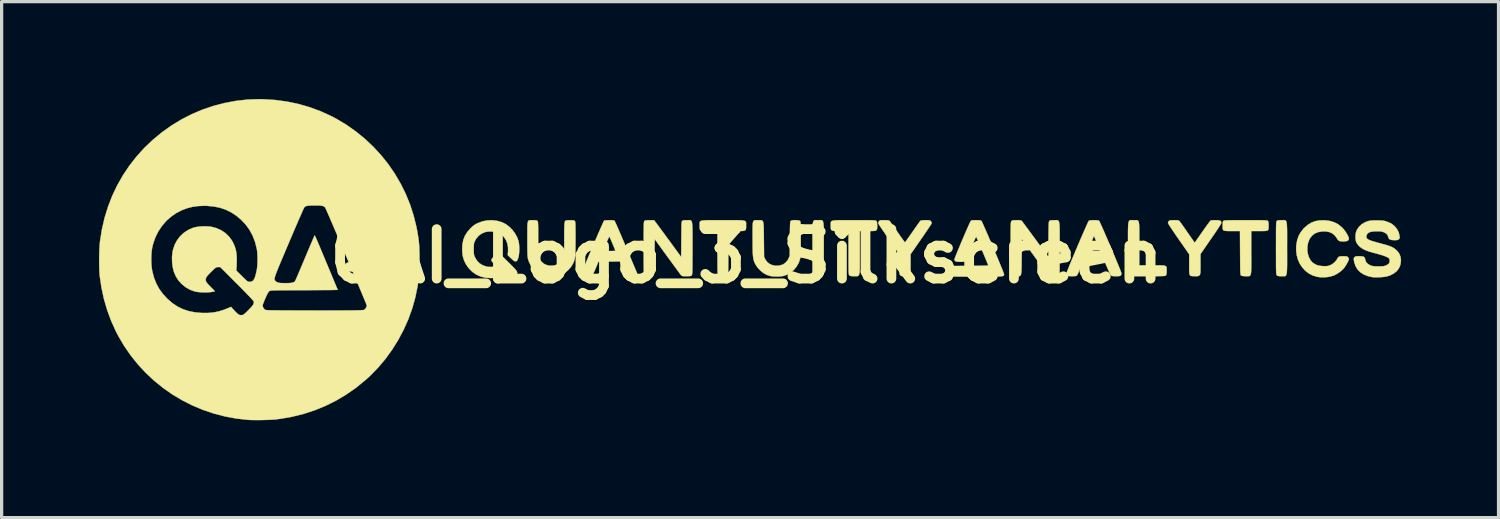
<source format=kicad_pcb>
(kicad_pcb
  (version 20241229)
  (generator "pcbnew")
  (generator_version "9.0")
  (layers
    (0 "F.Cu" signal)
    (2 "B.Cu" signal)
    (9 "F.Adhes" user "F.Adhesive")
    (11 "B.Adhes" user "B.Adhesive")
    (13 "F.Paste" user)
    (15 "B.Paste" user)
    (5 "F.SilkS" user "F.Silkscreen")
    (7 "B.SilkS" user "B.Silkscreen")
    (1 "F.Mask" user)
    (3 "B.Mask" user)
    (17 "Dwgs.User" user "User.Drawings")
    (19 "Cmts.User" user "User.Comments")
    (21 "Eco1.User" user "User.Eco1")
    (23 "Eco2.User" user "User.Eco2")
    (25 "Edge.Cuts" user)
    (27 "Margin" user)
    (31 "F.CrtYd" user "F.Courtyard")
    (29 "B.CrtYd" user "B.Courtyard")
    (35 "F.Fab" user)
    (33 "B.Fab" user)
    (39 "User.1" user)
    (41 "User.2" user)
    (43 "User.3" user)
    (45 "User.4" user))
  (footprint "QAI_Logo_3_Silkscreen"
    (layer "F.Cu")
    (at 19.944 4.842)
    (property "Reference" "QAI_Logo_3_Silkscreen" (at 0 0 0) (layer "F.SilkS") (effects (font (size 1.524 1.524) (thickness 0.3))))
    (attr through_hole)
    (fp_poly (pts (xy 2.161 -1.111) (xy 2.194 -1.11) (xy 2.206 -1.11) (xy 2.241 -1.11) (xy 2.271 -1.112) (xy 2.296 -1.112) (xy 2.317 -1.108) (xy 2.335 -1.099) (xy 2.349 -1.083) (xy 2.359 -1.058) (xy 2.367 -1.023) (xy 2.373 -0.974) (xy 2.377 -0.91) (xy 2.379 -0.83) (xy 2.38 -0.731) (xy 2.38 -0.612) (xy 2.38 -0.471) (xy 2.38 -0.305) (xy 2.38 -0.248) (xy 2.38 0.56) (xy 2.35 0.588) (xy 2.332 0.601) (xy 2.307 0.61) (xy 2.27 0.614) (xy 2.214 0.615) (xy 2.206 0.615) (xy 2.147 0.614) (xy 2.108 0.61) (xy 2.082 0.603) (xy 2.063 0.59) (xy 2.061 0.588) (xy 2.032 0.56) (xy 2.032 -0.248) (xy 2.032 -0.422) (xy 2.032 -0.57) (xy 2.032 -0.696) (xy 2.032 -0.801) (xy 2.034 -0.887) (xy 2.037 -0.956) (xy 2.042 -1.009) (xy 2.05 -1.048) (xy 2.059 -1.077) (xy 2.072 -1.095) (xy 2.088 -1.106) (xy 2.108 -1.111) (xy 2.132 -1.112) (xy 2.161 -1.111)) (stroke (width 0.01) (type solid)) (fill yes) (layer "F.SilkS"))
    (fp_poly (pts (xy 16.568 -1.111) (xy 16.589 -1.108) (xy 16.606 -1.099) (xy 16.62 -1.083) (xy 16.63 -1.057) (xy 16.638 -1.021) (xy 16.644 -0.972) (xy 16.647 -0.908) (xy 16.65 -0.828) (xy 16.651 -0.729) (xy 16.651 -0.609) (xy 16.651 -0.467) (xy 16.65 -0.301) (xy 16.65 -0.247) (xy 16.651 -0.074) (xy 16.651 0.075) (xy 16.651 0.201) (xy 16.65 0.306) (xy 16.648 0.392) (xy 16.645 0.46) (xy 16.64 0.514) (xy 16.633 0.553) (xy 16.623 0.582) (xy 16.611 0.6) (xy 16.595 0.611) (xy 16.575 0.616) (xy 16.552 0.617) (xy 16.524 0.616) (xy 16.491 0.615) (xy 16.481 0.615) (xy 16.422 0.614) (xy 16.383 0.611) (xy 16.357 0.603) (xy 16.339 0.591) (xy 16.336 0.588) (xy 16.331 0.582) (xy 16.326 0.574) (xy 16.322 0.562) (xy 16.319 0.545) (xy 16.316 0.519) (xy 16.314 0.484) (xy 16.312 0.436) (xy 16.311 0.375) (xy 16.31 0.297) (xy 16.31 0.201) (xy 16.31 0.085) (xy 16.31 -0.053) (xy 16.309 -0.215) (xy 16.309 -0.252) (xy 16.31 -0.42) (xy 16.31 -0.563) (xy 16.31 -0.684) (xy 16.31 -0.784) (xy 16.311 -0.865) (xy 16.312 -0.93) (xy 16.314 -0.98) (xy 16.316 -1.018) (xy 16.319 -1.045) (xy 16.322 -1.063) (xy 16.325 -1.075) (xy 16.33 -1.083) (xy 16.334 -1.087) (xy 16.353 -1.099) (xy 16.384 -1.106) (xy 16.432 -1.109) (xy 16.479 -1.11) (xy 16.513 -1.11) (xy 16.543 -1.112) (xy 16.568 -1.111)) (stroke (width 0.01) (type solid)) (fill yes) (layer "F.SilkS"))
    (fp_poly (pts (xy 11.882 -1.111) (xy 11.916 -1.11) (xy 11.925 -1.11) (xy 11.963 -1.11) (xy 11.995 -1.111) (xy 12.021 -1.11) (xy 12.043 -1.105) (xy 12.06 -1.094) (xy 12.074 -1.074) (xy 12.083 -1.044) (xy 12.09 -1.002) (xy 12.095 -0.945) (xy 12.097 -0.872) (xy 12.099 -0.781) (xy 12.099 -0.668) (xy 12.099 -0.533) (xy 12.098 -0.388) (xy 12.098 0.281) (xy 12.497 0.281) (xy 12.618 0.281) (xy 12.715 0.281) (xy 12.79 0.282) (xy 12.846 0.286) (xy 12.887 0.294) (xy 12.914 0.305) (xy 12.93 0.323) (xy 12.938 0.346) (xy 12.941 0.377) (xy 12.941 0.417) (xy 12.941 0.45) (xy 12.94 0.511) (xy 12.936 0.55) (xy 12.929 0.575) (xy 12.918 0.591) (xy 12.916 0.593) (xy 12.908 0.598) (xy 12.895 0.603) (xy 12.874 0.607) (xy 12.844 0.609) (xy 12.802 0.612) (xy 12.744 0.613) (xy 12.67 0.614) (xy 12.575 0.615) (xy 12.459 0.615) (xy 12.349 0.615) (xy 11.806 0.615) (xy 11.779 0.58) (xy 11.773 0.572) (xy 11.768 0.563) (xy 11.764 0.55) (xy 11.76 0.532) (xy 11.758 0.507) (xy 11.756 0.472) (xy 11.754 0.425) (xy 11.753 0.364) (xy 11.752 0.288) (xy 11.751 0.194) (xy 11.751 0.079) (xy 11.751 -0.057) (xy 11.751 -0.218) (xy 11.751 -0.256) (xy 11.751 -0.429) (xy 11.75 -0.577) (xy 11.75 -0.702) (xy 11.751 -0.806) (xy 11.753 -0.891) (xy 11.756 -0.959) (xy 11.761 -1.011) (xy 11.769 -1.05) (xy 11.779 -1.078) (xy 11.792 -1.096) (xy 11.808 -1.106) (xy 11.828 -1.111) (xy 11.853 -1.112) (xy 11.882 -1.111)) (stroke (width 0.01) (type solid)) (fill yes) (layer "F.SilkS"))
    (fp_poly (pts (xy -0.33 -1.11) (xy -0.24 -1.108) (xy -0.169 -1.106) (xy -0.115 -1.101) (xy -0.074 -1.094) (xy -0.046 -1.084) (xy -0.028 -1.071) (xy -0.017 -1.054) (xy -0.013 -1.032) (xy -0.012 -1.006) (xy -0.013 -0.974) (xy -0.013 -0.945) (xy -0.013 -0.89) (xy -0.016 -0.848) (xy -0.024 -0.818) (xy -0.042 -0.798) (xy -0.071 -0.785) (xy -0.117 -0.778) (xy -0.181 -0.776) (xy -0.267 -0.775) (xy -0.308 -0.775) (xy -0.561 -0.775) (xy -0.561 -0.102) (xy -0.562 0.049) (xy -0.562 0.177) (xy -0.562 0.282) (xy -0.563 0.367) (xy -0.564 0.434) (xy -0.565 0.486) (xy -0.567 0.524) (xy -0.57 0.551) (xy -0.574 0.57) (xy -0.578 0.582) (xy -0.583 0.59) (xy -0.586 0.593) (xy -0.614 0.606) (xy -0.66 0.614) (xy -0.716 0.617) (xy -0.773 0.616) (xy -0.825 0.609) (xy -0.862 0.598) (xy -0.874 0.59) (xy -0.879 0.583) (xy -0.883 0.571) (xy -0.886 0.552) (xy -0.889 0.524) (xy -0.891 0.486) (xy -0.893 0.433) (xy -0.894 0.365) (xy -0.895 0.28) (xy -0.895 0.174) (xy -0.896 0.045) (xy -0.896 -0.105) (xy -0.896 -0.775) (xy -1.149 -0.775) (xy -1.245 -0.775) (xy -1.317 -0.777) (xy -1.37 -0.782) (xy -1.405 -0.792) (xy -1.427 -0.809) (xy -1.439 -0.835) (xy -1.443 -0.872) (xy -1.444 -0.922) (xy -1.444 -0.945) (xy -1.444 -0.981) (xy -1.445 -1.012) (xy -1.444 -1.037) (xy -1.438 -1.057) (xy -1.426 -1.074) (xy -1.406 -1.086) (xy -1.375 -1.096) (xy -1.332 -1.102) (xy -1.274 -1.106) (xy -1.2 -1.109) (xy -1.107 -1.11) (xy -0.992 -1.11) (xy -0.855 -1.11) (xy -0.729 -1.11) (xy -0.572 -1.11) (xy -0.439 -1.11) (xy -0.33 -1.11)) (stroke (width 0.01) (type solid)) (fill yes) (layer "F.SilkS"))
    (fp_poly (pts (xy 3.177 -1.11) (xy 3.313 -1.11) (xy 3.464 -1.11) (xy 3.591 -1.109) (xy 3.695 -1.109) (xy 3.779 -1.108) (xy 3.846 -1.107) (xy 3.897 -1.106) (xy 3.935 -1.103) (xy 3.962 -1.101) (xy 3.98 -1.097) (xy 3.991 -1.093) (xy 3.999 -1.088) (xy 4.002 -1.085) (xy 4.013 -1.066) (xy 4.02 -1.035) (xy 4.023 -0.987) (xy 4.024 -0.94) (xy 4.024 -0.886) (xy 4.021 -0.846) (xy 4.013 -0.816) (xy 3.996 -0.797) (xy 3.966 -0.784) (xy 3.921 -0.778) (xy 3.856 -0.776) (xy 3.77 -0.775) (xy 3.732 -0.775) (xy 3.489 -0.775) (xy 3.489 -0.115) (xy 3.489 0.043) (xy 3.489 0.177) (xy 3.489 0.289) (xy 3.488 0.379) (xy 3.485 0.452) (xy 3.48 0.508) (xy 3.472 0.55) (xy 3.462 0.579) (xy 3.448 0.598) (xy 3.43 0.61) (xy 3.408 0.615) (xy 3.38 0.616) (xy 3.347 0.615) (xy 3.314 0.615) (xy 3.255 0.614) (xy 3.215 0.611) (xy 3.19 0.604) (xy 3.172 0.592) (xy 3.168 0.588) (xy 3.162 0.581) (xy 3.157 0.573) (xy 3.153 0.56) (xy 3.15 0.54) (xy 3.147 0.512) (xy 3.145 0.473) (xy 3.144 0.42) (xy 3.143 0.352) (xy 3.142 0.266) (xy 3.142 0.16) (xy 3.142 0.031) (xy 3.142 -0.107) (xy 3.142 -0.775) (xy 2.894 -0.775) (xy 2.797 -0.776) (xy 2.724 -0.777) (xy 2.67 -0.782) (xy 2.634 -0.792) (xy 2.611 -0.809) (xy 2.599 -0.835) (xy 2.594 -0.872) (xy 2.593 -0.92) (xy 2.593 -0.942) (xy 2.593 -0.979) (xy 2.592 -1.01) (xy 2.593 -1.035) (xy 2.599 -1.056) (xy 2.61 -1.073) (xy 2.63 -1.086) (xy 2.661 -1.095) (xy 2.703 -1.102) (xy 2.761 -1.106) (xy 2.834 -1.109) (xy 2.927 -1.11) (xy 3.04 -1.11) (xy 3.177 -1.11)) (stroke (width 0.01) (type solid)) (fill yes) (layer "F.SilkS"))
    (fp_poly (pts (xy 15.526 -1.11) (xy 15.652 -1.109) (xy 15.756 -1.109) (xy 15.84 -1.108) (xy 15.906 -1.107) (xy 15.957 -1.106) (xy 15.994 -1.103) (xy 16.021 -1.101) (xy 16.039 -1.097) (xy 16.05 -1.093) (xy 16.057 -1.088) (xy 16.06 -1.085) (xy 16.071 -1.066) (xy 16.078 -1.035) (xy 16.082 -0.987) (xy 16.082 -0.94) (xy 16.082 -0.886) (xy 16.08 -0.846) (xy 16.071 -0.816) (xy 16.054 -0.797) (xy 16.024 -0.784) (xy 15.979 -0.778) (xy 15.915 -0.776) (xy 15.828 -0.775) (xy 15.79 -0.775) (xy 15.547 -0.775) (xy 15.547 -0.107) (xy 15.548 0.051) (xy 15.548 0.184) (xy 15.548 0.295) (xy 15.546 0.385) (xy 15.544 0.456) (xy 15.539 0.512) (xy 15.532 0.553) (xy 15.522 0.581) (xy 15.508 0.6) (xy 15.491 0.611) (xy 15.469 0.615) (xy 15.443 0.616) (xy 15.411 0.615) (xy 15.377 0.615) (xy 15.308 0.612) (xy 15.262 0.606) (xy 15.235 0.595) (xy 15.233 0.594) (xy 15.227 0.589) (xy 15.222 0.581) (xy 15.218 0.569) (xy 15.215 0.551) (xy 15.212 0.523) (xy 15.21 0.485) (xy 15.208 0.433) (xy 15.207 0.365) (xy 15.205 0.28) (xy 15.205 0.174) (xy 15.204 0.046) (xy 15.203 -0.101) (xy 15.199 -0.775) (xy 14.954 -0.775) (xy 14.859 -0.775) (xy 14.788 -0.777) (xy 14.736 -0.782) (xy 14.702 -0.792) (xy 14.681 -0.809) (xy 14.67 -0.835) (xy 14.666 -0.873) (xy 14.665 -0.923) (xy 14.665 -0.945) (xy 14.666 -1.005) (xy 14.67 -1.045) (xy 14.676 -1.07) (xy 14.688 -1.086) (xy 14.69 -1.087) (xy 14.697 -1.093) (xy 14.709 -1.097) (xy 14.728 -1.1) (xy 14.756 -1.103) (xy 14.795 -1.105) (xy 14.848 -1.107) (xy 14.916 -1.108) (xy 15.002 -1.109) (xy 15.109 -1.109) (xy 15.238 -1.11) (xy 15.376 -1.11) (xy 15.526 -1.11)) (stroke (width 0.01) (type solid)) (fill yes) (layer "F.SilkS"))
    (fp_poly (pts (xy 14.523 -1.108) (xy 14.573 -1.1) (xy 14.604 -1.086) (xy 14.62 -1.062) (xy 14.625 -1.028) (xy 14.625 -1.027) (xy 14.617 -1.005) (xy 14.593 -0.963) (xy 14.553 -0.899) (xy 14.497 -0.813) (xy 14.426 -0.707) (xy 14.338 -0.579) (xy 14.304 -0.53) (xy 13.983 -0.067) (xy 13.983 0.239) (xy 13.983 0.337) (xy 13.983 0.413) (xy 13.981 0.469) (xy 13.979 0.509) (xy 13.975 0.536) (xy 13.97 0.556) (xy 13.963 0.57) (xy 13.956 0.58) (xy 13.941 0.597) (xy 13.924 0.607) (xy 13.899 0.612) (xy 13.859 0.615) (xy 13.809 0.615) (xy 13.749 0.614) (xy 13.71 0.611) (xy 13.684 0.604) (xy 13.666 0.592) (xy 13.663 0.588) (xy 13.654 0.578) (xy 13.647 0.565) (xy 13.643 0.546) (xy 13.639 0.517) (xy 13.637 0.474) (xy 13.636 0.415) (xy 13.636 0.335) (xy 13.636 0.251) (xy 13.635 -0.06) (xy 13.309 -0.528) (xy 13.236 -0.632) (xy 13.17 -0.729) (xy 13.112 -0.816) (xy 13.062 -0.891) (xy 13.023 -0.951) (xy 12.996 -0.996) (xy 12.983 -1.021) (xy 12.981 -1.026) (xy 12.99 -1.058) (xy 13.007 -1.083) (xy 13.023 -1.095) (xy 13.044 -1.103) (xy 13.076 -1.107) (xy 13.124 -1.109) (xy 13.172 -1.11) (xy 13.235 -1.109) (xy 13.278 -1.107) (xy 13.305 -1.102) (xy 13.323 -1.093) (xy 13.337 -1.08) (xy 13.338 -1.079) (xy 13.352 -1.061) (xy 13.38 -1.023) (xy 13.418 -0.97) (xy 13.464 -0.904) (xy 13.517 -0.829) (xy 13.574 -0.747) (xy 13.582 -0.735) (xy 13.638 -0.654) (xy 13.689 -0.581) (xy 13.733 -0.518) (xy 13.768 -0.468) (xy 13.791 -0.434) (xy 13.802 -0.418) (xy 13.803 -0.418) (xy 13.811 -0.427) (xy 13.832 -0.456) (xy 13.865 -0.502) (xy 13.907 -0.562) (xy 13.958 -0.634) (xy 14.014 -0.714) (xy 14.041 -0.754) (xy 14.101 -0.838) (xy 14.156 -0.916) (xy 14.205 -0.983) (xy 14.246 -1.038) (xy 14.276 -1.077) (xy 14.295 -1.099) (xy 14.299 -1.101) (xy 14.321 -1.105) (xy 14.362 -1.108) (xy 14.417 -1.109) (xy 14.45 -1.11) (xy 14.523 -1.108)) (stroke (width 0.01) (type solid)) (fill yes) (layer "F.SilkS"))
    (fp_poly (pts (xy 5.578 -1.109) (xy 5.619 -1.107) (xy 5.645 -1.103) (xy 5.662 -1.094) (xy 5.676 -1.08) (xy 5.681 -1.074) (xy 5.7 -1.045) (xy 5.708 -1.023) (xy 5.708 -1.022) (xy 5.701 -1.008) (xy 5.68 -0.974) (xy 5.646 -0.923) (xy 5.603 -0.857) (xy 5.55 -0.779) (xy 5.489 -0.69) (xy 5.423 -0.593) (xy 5.381 -0.533) (xy 5.053 -0.06) (xy 5.053 0.251) (xy 5.053 0.359) (xy 5.052 0.443) (xy 5.049 0.507) (xy 5.043 0.552) (xy 5.031 0.583) (xy 5.012 0.601) (xy 4.986 0.611) (xy 4.951 0.615) (xy 4.905 0.615) (xy 4.88 0.615) (xy 4.823 0.614) (xy 4.786 0.612) (xy 4.762 0.606) (xy 4.746 0.595) (xy 4.733 0.58) (xy 4.724 0.567) (xy 4.718 0.552) (xy 4.713 0.531) (xy 4.709 0.501) (xy 4.707 0.458) (xy 4.706 0.398) (xy 4.706 0.318) (xy 4.706 0.239) (xy 4.706 -0.066) (xy 4.387 -0.524) (xy 4.318 -0.623) (xy 4.254 -0.716) (xy 4.196 -0.801) (xy 4.146 -0.874) (xy 4.106 -0.935) (xy 4.077 -0.979) (xy 4.061 -1.005) (xy 4.059 -1.011) (xy 4.061 -1.046) (xy 4.078 -1.074) (xy 4.092 -1.09) (xy 4.107 -1.1) (xy 4.129 -1.106) (xy 4.164 -1.109) (xy 4.218 -1.11) (xy 4.245 -1.11) (xy 4.311 -1.109) (xy 4.355 -1.106) (xy 4.384 -1.101) (xy 4.402 -1.092) (xy 4.408 -1.086) (xy 4.422 -1.069) (xy 4.448 -1.033) (xy 4.485 -0.981) (xy 4.531 -0.916) (xy 4.584 -0.842) (xy 4.641 -0.76) (xy 4.651 -0.745) (xy 4.707 -0.664) (xy 4.759 -0.59) (xy 4.804 -0.527) (xy 4.84 -0.478) (xy 4.866 -0.444) (xy 4.879 -0.428) (xy 4.88 -0.428) (xy 4.89 -0.438) (xy 4.913 -0.468) (xy 4.947 -0.515) (xy 4.99 -0.575) (xy 5.04 -0.647) (xy 5.096 -0.727) (xy 5.114 -0.752) (xy 5.171 -0.835) (xy 5.225 -0.911) (xy 5.272 -0.978) (xy 5.311 -1.032) (xy 5.34 -1.071) (xy 5.356 -1.091) (xy 5.358 -1.093) (xy 5.385 -1.102) (xy 5.437 -1.108) (xy 5.512 -1.11) (xy 5.516 -1.11) (xy 5.578 -1.109)) (stroke (width 0.01) (type solid)) (fill yes) (layer "F.SilkS"))
    (fp_poly (pts (xy 17.819 -1.106) (xy 17.966 -1.087) (xy 18.098 -1.048) (xy 18.217 -0.987) (xy 18.325 -0.902) (xy 18.375 -0.852) (xy 18.419 -0.8) (xy 18.462 -0.739) (xy 18.5 -0.675) (xy 18.531 -0.616) (xy 18.55 -0.566) (xy 18.555 -0.538) (xy 18.543 -0.501) (xy 18.507 -0.474) (xy 18.449 -0.458) (xy 18.387 -0.455) (xy 18.319 -0.457) (xy 18.272 -0.465) (xy 18.237 -0.482) (xy 18.209 -0.512) (xy 18.184 -0.552) (xy 18.122 -0.638) (xy 18.045 -0.702) (xy 17.953 -0.744) (xy 17.845 -0.764) (xy 17.723 -0.763) (xy 17.707 -0.761) (xy 17.593 -0.738) (xy 17.498 -0.696) (xy 17.419 -0.633) (xy 17.355 -0.549) (xy 17.334 -0.512) (xy 17.297 -0.414) (xy 17.277 -0.307) (xy 17.274 -0.196) (xy 17.287 -0.088) (xy 17.316 0.014) (xy 17.359 0.104) (xy 17.416 0.177) (xy 17.428 0.187) (xy 17.5 0.24) (xy 17.578 0.276) (xy 17.67 0.297) (xy 17.76 0.305) (xy 17.828 0.306) (xy 17.878 0.304) (xy 17.919 0.297) (xy 17.96 0.285) (xy 17.97 0.281) (xy 18.047 0.24) (xy 18.119 0.181) (xy 18.176 0.112) (xy 18.193 0.082) (xy 18.216 0.046) (xy 18.24 0.019) (xy 18.247 0.014) (xy 18.272 0.007) (xy 18.316 0.003) (xy 18.369 0.000132) (xy 18.385 0) (xy 18.442 0.001) (xy 18.478 0.004) (xy 18.502 0.012) (xy 18.52 0.025) (xy 18.526 0.031) (xy 18.547 0.06) (xy 18.555 0.086) (xy 18.548 0.115) (xy 18.529 0.16) (xy 18.5 0.214) (xy 18.467 0.272) (xy 18.431 0.326) (xy 18.398 0.372) (xy 18.388 0.384) (xy 18.329 0.441) (xy 18.254 0.499) (xy 18.174 0.551) (xy 18.098 0.59) (xy 18.087 0.594) (xy 17.957 0.632) (xy 17.817 0.65) (xy 17.675 0.648) (xy 17.573 0.633) (xy 17.438 0.592) (xy 17.317 0.529) (xy 17.21 0.446) (xy 17.118 0.346) (xy 17.042 0.232) (xy 16.985 0.104) (xy 16.947 -0.033) (xy 16.929 -0.179) (xy 16.932 -0.33) (xy 16.959 -0.485) (xy 16.96 -0.488) (xy 17.002 -0.616) (xy 17.064 -0.73) (xy 17.147 -0.838) (xy 17.184 -0.876) (xy 17.288 -0.967) (xy 17.398 -1.034) (xy 17.516 -1.079) (xy 17.647 -1.103) (xy 17.793 -1.107) (xy 17.819 -1.106)) (stroke (width 0.01) (type solid)) (fill yes) (layer "F.SilkS"))
    (fp_poly (pts (xy 1.543 -1.111) (xy 1.595 -1.105) (xy 1.634 -1.094) (xy 1.649 -1.085) (xy 1.655 -1.077) (xy 1.659 -1.063) (xy 1.663 -1.043) (xy 1.666 -1.012) (xy 1.668 -0.969) (xy 1.669 -0.911) (xy 1.67 -0.836) (xy 1.671 -0.74) (xy 1.671 -0.622) (xy 1.671 -0.534) (xy 1.671 -0.392) (xy 1.67 -0.275) (xy 1.669 -0.179) (xy 1.667 -0.102) (xy 1.664 -0.041) (xy 1.661 0.007) (xy 1.657 0.044) (xy 1.652 0.073) (xy 1.651 0.079) (xy 1.609 0.202) (xy 1.544 0.316) (xy 1.462 0.417) (xy 1.363 0.502) (xy 1.253 0.567) (xy 1.141 0.607) (xy 1.071 0.62) (xy 0.985 0.626) (xy 0.893 0.626) (xy 0.806 0.621) (xy 0.733 0.61) (xy 0.722 0.607) (xy 0.616 0.571) (xy 0.524 0.52) (xy 0.436 0.45) (xy 0.407 0.422) (xy 0.328 0.333) (xy 0.273 0.247) (xy 0.27 0.241) (xy 0.25 0.199) (xy 0.234 0.16) (xy 0.221 0.119) (xy 0.211 0.074) (xy 0.203 0.022) (xy 0.197 -0.04) (xy 0.192 -0.115) (xy 0.19 -0.205) (xy 0.188 -0.315) (xy 0.188 -0.446) (xy 0.187 -0.549) (xy 0.187 -0.687) (xy 0.187 -0.8) (xy 0.188 -0.891) (xy 0.19 -0.962) (xy 0.194 -1.016) (xy 0.202 -1.056) (xy 0.213 -1.082) (xy 0.228 -1.099) (xy 0.249 -1.107) (xy 0.275 -1.11) (xy 0.308 -1.11) (xy 0.348 -1.11) (xy 0.357 -1.11) (xy 0.397 -1.11) (xy 0.431 -1.11) (xy 0.459 -1.108) (xy 0.48 -1.1) (xy 0.497 -1.085) (xy 0.51 -1.061) (xy 0.519 -1.025) (xy 0.525 -0.974) (xy 0.529 -0.907) (xy 0.531 -0.822) (xy 0.533 -0.715) (xy 0.534 -0.585) (xy 0.535 -0.517) (xy 0.541 0.02) (xy 0.578 0.094) (xy 0.631 0.171) (xy 0.702 0.232) (xy 0.788 0.272) (xy 0.888 0.292) (xy 0.923 0.294) (xy 1.032 0.283) (xy 1.126 0.252) (xy 1.203 0.199) (xy 1.265 0.125) (xy 1.288 0.083) (xy 1.33 -0.007) (xy 1.334 -0.535) (xy 1.336 -0.669) (xy 1.337 -0.78) (xy 1.338 -0.869) (xy 1.34 -0.938) (xy 1.342 -0.991) (xy 1.345 -1.029) (xy 1.349 -1.056) (xy 1.353 -1.073) (xy 1.358 -1.084) (xy 1.36 -1.086) (xy 1.386 -1.1) (xy 1.431 -1.108) (xy 1.486 -1.112) (xy 1.543 -1.111)) (stroke (width 0.01) (type solid)) (fill yes) (layer "F.SilkS"))
    (fp_poly (pts (xy 10.777 -1.108) (xy 10.83 -1.102) (xy 10.858 -1.093) (xy 10.859 -1.093) (xy 10.868 -1.078) (xy 10.886 -1.041) (xy 10.912 -0.984) (xy 10.946 -0.911) (xy 10.985 -0.822) (xy 11.029 -0.722) (xy 11.076 -0.612) (xy 11.127 -0.496) (xy 11.178 -0.375) (xy 11.231 -0.252) (xy 11.283 -0.13) (xy 11.333 -0.011) (xy 11.38 0.102) (xy 11.424 0.207) (xy 11.462 0.301) (xy 11.495 0.381) (xy 11.521 0.446) (xy 11.538 0.492) (xy 11.546 0.517) (xy 11.546 0.518) (xy 11.546 0.561) (xy 11.53 0.589) (xy 11.515 0.601) (xy 11.495 0.609) (xy 11.462 0.613) (xy 11.412 0.615) (xy 11.377 0.615) (xy 11.314 0.614) (xy 11.273 0.611) (xy 11.247 0.605) (xy 11.23 0.595) (xy 11.224 0.589) (xy 11.211 0.569) (xy 11.19 0.528) (xy 11.164 0.473) (xy 11.135 0.407) (xy 11.117 0.366) (xy 11.033 0.167) (xy 10.368 0.167) (xy 10.285 0.366) (xy 10.255 0.435) (xy 10.227 0.497) (xy 10.203 0.547) (xy 10.185 0.58) (xy 10.179 0.59) (xy 10.164 0.602) (xy 10.142 0.609) (xy 10.108 0.613) (xy 10.055 0.615) (xy 10.026 0.615) (xy 9.964 0.614) (xy 9.922 0.611) (xy 9.896 0.605) (xy 9.879 0.595) (xy 9.875 0.59) (xy 9.857 0.558) (xy 9.853 0.533) (xy 9.858 0.515) (xy 9.872 0.474) (xy 9.896 0.414) (xy 9.926 0.338) (xy 9.963 0.247) (xy 10.005 0.145) (xy 10.052 0.034) (xy 10.101 -0.084) (xy 10.133 -0.16) (xy 10.507 -0.16) (xy 10.896 -0.16) (xy 10.874 -0.211) (xy 10.861 -0.244) (xy 10.84 -0.294) (xy 10.815 -0.354) (xy 10.795 -0.401) (xy 10.77 -0.462) (xy 10.746 -0.518) (xy 10.728 -0.562) (xy 10.719 -0.584) (xy 10.701 -0.626) (xy 10.625 -0.443) (xy 10.596 -0.374) (xy 10.57 -0.309) (xy 10.547 -0.255) (xy 10.532 -0.218) (xy 10.528 -0.211) (xy 10.507 -0.16) (xy 10.133 -0.16) (xy 10.153 -0.206) (xy 10.205 -0.33) (xy 10.257 -0.452) (xy 10.308 -0.571) (xy 10.357 -0.684) (xy 10.403 -0.788) (xy 10.444 -0.881) (xy 10.479 -0.96) (xy 10.508 -1.023) (xy 10.529 -1.068) (xy 10.542 -1.09) (xy 10.544 -1.093) (xy 10.571 -1.102) (xy 10.622 -1.107) (xy 10.696 -1.11) (xy 10.701 -1.11) (xy 10.777 -1.108)) (stroke (width 0.01) (type solid)) (fill yes) (layer "F.SilkS"))
    (fp_poly (pts (xy -4.158 -1.109) (xy -4.114 -1.106) (xy -4.085 -1.101) (xy -4.068 -1.093) (xy -4.061 -1.086) (xy -4.053 -1.07) (xy -4.035 -1.031) (xy -4.008 -0.972) (xy -3.974 -0.895) (xy -3.933 -0.802) (xy -3.887 -0.694) (xy -3.836 -0.575) (xy -3.781 -0.446) (xy -3.723 -0.309) (xy -3.703 -0.263) (xy -3.365 0.537) (xy -3.392 0.573) (xy -3.406 0.589) (xy -3.422 0.6) (xy -3.446 0.606) (xy -3.484 0.61) (xy -3.542 0.612) (xy -3.549 0.612) (xy -3.615 0.613) (xy -3.659 0.611) (xy -3.687 0.605) (xy -3.702 0.596) (xy -3.714 0.577) (xy -3.734 0.538) (xy -3.76 0.484) (xy -3.789 0.418) (xy -3.811 0.368) (xy -3.897 0.161) (xy -4.229 0.164) (xy -4.561 0.167) (xy -4.647 0.374) (xy -4.677 0.444) (xy -4.706 0.507) (xy -4.73 0.556) (xy -4.748 0.588) (xy -4.756 0.598) (xy -4.782 0.607) (xy -4.832 0.613) (xy -4.902 0.615) (xy -4.963 0.614) (xy -5.003 0.611) (xy -5.029 0.605) (xy -5.047 0.594) (xy -5.053 0.588) (xy -5.073 0.56) (xy -5.08 0.536) (xy -5.075 0.518) (xy -5.06 0.479) (xy -5.037 0.42) (xy -5.006 0.344) (xy -4.97 0.254) (xy -4.927 0.152) (xy -4.881 0.041) (xy -4.832 -0.077) (xy -4.792 -0.17) (xy -4.412 -0.17) (xy -4.399 -0.167) (xy -4.364 -0.164) (xy -4.313 -0.162) (xy -4.249 -0.161) (xy -4.223 -0.16) (xy -4.145 -0.161) (xy -4.092 -0.163) (xy -4.058 -0.166) (xy -4.043 -0.171) (xy -4.041 -0.177) (xy -4.062 -0.229) (xy -4.087 -0.29) (xy -4.115 -0.357) (xy -4.143 -0.424) (xy -4.17 -0.487) (xy -4.194 -0.541) (xy -4.212 -0.581) (xy -4.222 -0.603) (xy -4.224 -0.606) (xy -4.231 -0.597) (xy -4.246 -0.568) (xy -4.267 -0.523) (xy -4.292 -0.468) (xy -4.319 -0.406) (xy -4.346 -0.344) (xy -4.371 -0.284) (xy -4.391 -0.233) (xy -4.405 -0.194) (xy -4.412 -0.172) (xy -4.412 -0.17) (xy -4.792 -0.17) (xy -4.78 -0.199) (xy -4.728 -0.322) (xy -4.675 -0.445) (xy -4.624 -0.564) (xy -4.576 -0.677) (xy -4.53 -0.782) (xy -4.489 -0.875) (xy -4.453 -0.956) (xy -4.424 -1.02) (xy -4.403 -1.065) (xy -4.39 -1.09) (xy -4.388 -1.093) (xy -4.361 -1.102) (xy -4.309 -1.107) (xy -4.232 -1.11) (xy -4.224 -1.11) (xy -4.158 -1.109)) (stroke (width 0.01) (type solid)) (fill yes) (layer "F.SilkS"))
    (fp_poly (pts (xy -6.599 -1.11) (xy -6.582 -1.11) (xy -6.521 -1.109) (xy -6.481 -1.105) (xy -6.457 -1.098) (xy -6.44 -1.087) (xy -6.439 -1.085) (xy -6.433 -1.076) (xy -6.428 -1.063) (xy -6.425 -1.041) (xy -6.422 -1.009) (xy -6.42 -0.965) (xy -6.418 -0.904) (xy -6.417 -0.825) (xy -6.417 -0.726) (xy -6.417 -0.602) (xy -6.417 -0.579) (xy -6.417 -0.437) (xy -6.416 -0.318) (xy -6.414 -0.221) (xy -6.411 -0.141) (xy -6.406 -0.077) (xy -6.4 -0.025) (xy -6.392 0.017) (xy -6.382 0.052) (xy -6.37 0.083) (xy -6.358 0.107) (xy -6.307 0.178) (xy -6.239 0.233) (xy -6.158 0.271) (xy -6.07 0.29) (xy -5.978 0.292) (xy -5.888 0.274) (xy -5.802 0.238) (xy -5.727 0.181) (xy -5.726 0.181) (xy -5.7 0.154) (xy -5.678 0.129) (xy -5.66 0.103) (xy -5.646 0.073) (xy -5.635 0.036) (xy -5.627 -0.011) (xy -5.621 -0.069) (xy -5.618 -0.143) (xy -5.616 -0.234) (xy -5.615 -0.346) (xy -5.615 -0.481) (xy -5.615 -0.523) (xy -5.615 -0.66) (xy -5.614 -0.773) (xy -5.612 -0.865) (xy -5.61 -0.936) (xy -5.606 -0.992) (xy -5.602 -1.032) (xy -5.595 -1.061) (xy -5.587 -1.081) (xy -5.578 -1.094) (xy -5.57 -1.099) (xy -5.551 -1.104) (xy -5.511 -1.107) (xy -5.459 -1.109) (xy -5.433 -1.109) (xy -5.372 -1.109) (xy -5.332 -1.105) (xy -5.307 -1.099) (xy -5.291 -1.087) (xy -5.289 -1.085) (xy -5.284 -1.077) (xy -5.279 -1.063) (xy -5.275 -1.042) (xy -5.272 -1.012) (xy -5.27 -0.968) (xy -5.269 -0.909) (xy -5.268 -0.833) (xy -5.268 -0.736) (xy -5.267 -0.617) (xy -5.267 -0.547) (xy -5.268 -0.4) (xy -5.269 -0.277) (xy -5.27 -0.175) (xy -5.273 -0.091) (xy -5.278 -0.021) (xy -5.285 0.036) (xy -5.293 0.085) (xy -5.304 0.128) (xy -5.318 0.168) (xy -5.335 0.208) (xy -5.35 0.238) (xy -5.406 0.329) (xy -5.487 0.422) (xy -5.58 0.503) (xy -5.676 0.562) (xy -5.782 0.601) (xy -5.902 0.622) (xy -6.022 0.627) (xy -6.117 0.623) (xy -6.198 0.612) (xy -6.236 0.603) (xy -6.359 0.554) (xy -6.47 0.483) (xy -6.567 0.393) (xy -6.646 0.285) (xy -6.705 0.163) (xy -6.73 0.085) (xy -6.735 0.06) (xy -6.74 0.029) (xy -6.743 -0.01) (xy -6.746 -0.06) (xy -6.748 -0.124) (xy -6.75 -0.205) (xy -6.751 -0.304) (xy -6.751 -0.426) (xy -6.751 -0.531) (xy -6.751 -0.671) (xy -6.751 -0.787) (xy -6.751 -0.88) (xy -6.749 -0.953) (xy -6.744 -1.01) (xy -6.737 -1.051) (xy -6.727 -1.079) (xy -6.712 -1.097) (xy -6.693 -1.106) (xy -6.668 -1.11) (xy -6.637 -1.111) (xy -6.599 -1.11)) (stroke (width 0.01) (type solid)) (fill yes) (layer "F.SilkS"))
    (fp_poly (pts (xy -1.748 -1.111) (xy -1.727 -1.108) (xy -1.709 -1.099) (xy -1.695 -1.083) (xy -1.685 -1.058) (xy -1.677 -1.022) (xy -1.671 -0.973) (xy -1.667 -0.909) (xy -1.665 -0.829) (xy -1.664 -0.73) (xy -1.664 -0.611) (xy -1.664 -0.469) (xy -1.664 -0.303) (xy -1.664 -0.247) (xy -1.664 -0.08) (xy -1.665 0.062) (xy -1.665 0.182) (xy -1.665 0.281) (xy -1.666 0.362) (xy -1.667 0.426) (xy -1.669 0.476) (xy -1.671 0.513) (xy -1.673 0.54) (xy -1.677 0.559) (xy -1.681 0.572) (xy -1.685 0.581) (xy -1.69 0.587) (xy -1.704 0.6) (xy -1.723 0.608) (xy -1.752 0.613) (xy -1.797 0.615) (xy -1.852 0.615) (xy -1.914 0.615) (xy -1.956 0.613) (xy -1.982 0.608) (xy -2 0.599) (xy -2.014 0.585) (xy -2.021 0.578) (xy -2.035 0.559) (xy -2.063 0.522) (xy -2.103 0.468) (xy -2.154 0.398) (xy -2.214 0.316) (xy -2.282 0.224) (xy -2.355 0.123) (xy -2.433 0.017) (xy -2.44 0.008) (xy -2.827 -0.525) (xy -2.834 0.026) (xy -2.836 0.167) (xy -2.837 0.284) (xy -2.839 0.379) (xy -2.841 0.454) (xy -2.846 0.511) (xy -2.853 0.553) (xy -2.863 0.582) (xy -2.877 0.601) (xy -2.896 0.611) (xy -2.92 0.616) (xy -2.949 0.616) (xy -2.986 0.615) (xy -3.008 0.615) (xy -3.068 0.614) (xy -3.106 0.61) (xy -3.131 0.603) (xy -3.146 0.59) (xy -3.151 0.584) (xy -3.155 0.572) (xy -3.158 0.555) (xy -3.161 0.529) (xy -3.163 0.493) (xy -3.165 0.445) (xy -3.166 0.383) (xy -3.167 0.304) (xy -3.168 0.207) (xy -3.168 0.089) (xy -3.168 -0.051) (xy -3.168 -0.215) (xy -3.168 -0.25) (xy -3.168 -0.418) (xy -3.168 -0.561) (xy -3.168 -0.682) (xy -3.167 -0.782) (xy -3.167 -0.864) (xy -3.165 -0.929) (xy -3.164 -0.979) (xy -3.162 -1.017) (xy -3.159 -1.044) (xy -3.156 -1.063) (xy -3.152 -1.075) (xy -3.148 -1.083) (xy -3.144 -1.087) (xy -3.126 -1.098) (xy -3.098 -1.105) (xy -3.055 -1.108) (xy -2.99 -1.11) (xy -2.984 -1.11) (xy -2.848 -1.11) (xy -2.798 -1.045) (xy -2.779 -1.021) (xy -2.747 -0.978) (xy -2.703 -0.918) (xy -2.648 -0.844) (xy -2.585 -0.759) (xy -2.516 -0.664) (xy -2.442 -0.563) (xy -2.38 -0.479) (xy -2.012 0.023) (xy -2.008 -0.519) (xy -2.007 -0.655) (xy -2.006 -0.767) (xy -2.005 -0.857) (xy -2.004 -0.928) (xy -2.002 -0.982) (xy -1.999 -1.022) (xy -1.996 -1.05) (xy -1.992 -1.068) (xy -1.987 -1.08) (xy -1.983 -1.085) (xy -1.968 -1.097) (xy -1.944 -1.105) (xy -1.907 -1.108) (xy -1.849 -1.11) (xy -1.838 -1.11) (xy -1.803 -1.11) (xy -1.773 -1.112) (xy -1.748 -1.111)) (stroke (width 0.01) (type solid)) (fill yes) (layer "F.SilkS"))
    (fp_poly (pts (xy 7.137 -1.109) (xy 7.182 -1.107) (xy 7.21 -1.102) (xy 7.228 -1.093) (xy 7.238 -1.084) (xy 7.248 -1.067) (xy 7.267 -1.027) (xy 7.294 -0.967) (xy 7.328 -0.891) (xy 7.368 -0.8) (xy 7.413 -0.698) (xy 7.461 -0.586) (xy 7.512 -0.467) (xy 7.564 -0.345) (xy 7.617 -0.22) (xy 7.669 -0.097) (xy 7.719 0.023) (xy 7.767 0.137) (xy 7.81 0.243) (xy 7.849 0.337) (xy 7.881 0.417) (xy 7.906 0.482) (xy 7.923 0.527) (xy 7.931 0.551) (xy 7.931 0.553) (xy 7.931 0.568) (xy 7.931 0.581) (xy 7.926 0.592) (xy 7.917 0.601) (xy 7.901 0.609) (xy 7.876 0.614) (xy 7.84 0.619) (xy 7.791 0.623) (xy 7.728 0.625) (xy 7.648 0.627) (xy 7.549 0.628) (xy 7.43 0.628) (xy 7.289 0.628) (xy 7.124 0.628) (xy 7.064 0.628) (xy 6.894 0.628) (xy 6.749 0.628) (xy 6.627 0.628) (xy 6.525 0.627) (xy 6.443 0.626) (xy 6.377 0.625) (xy 6.326 0.623) (xy 6.289 0.621) (xy 6.262 0.618) (xy 6.244 0.615) (xy 6.234 0.611) (xy 6.229 0.608) (xy 6.215 0.578) (xy 6.215 0.539) (xy 6.23 0.486) (xy 6.261 0.415) (xy 6.264 0.408) (xy 6.317 0.301) (xy 6.881 0.297) (xy 7.001 0.296) (xy 7.113 0.295) (xy 7.212 0.293) (xy 7.298 0.292) (xy 7.367 0.29) (xy 7.416 0.287) (xy 7.442 0.285) (xy 7.446 0.284) (xy 7.441 0.269) (xy 7.427 0.233) (xy 7.406 0.179) (xy 7.378 0.111) (xy 7.345 0.033) (xy 7.309 -0.053) (xy 7.272 -0.143) (xy 7.233 -0.233) (xy 7.196 -0.32) (xy 7.161 -0.402) (xy 7.13 -0.474) (xy 7.104 -0.533) (xy 7.085 -0.575) (xy 7.074 -0.598) (xy 7.072 -0.602) (xy 7.065 -0.59) (xy 7.049 -0.556) (xy 7.026 -0.504) (xy 6.996 -0.436) (xy 6.962 -0.356) (xy 6.925 -0.266) (xy 6.913 -0.237) (xy 6.873 -0.144) (xy 6.837 -0.058) (xy 6.804 0.018) (xy 6.776 0.08) (xy 6.755 0.124) (xy 6.743 0.148) (xy 6.741 0.15) (xy 6.726 0.162) (xy 6.703 0.169) (xy 6.665 0.172) (xy 6.607 0.174) (xy 6.592 0.174) (xy 6.513 0.171) (xy 6.458 0.163) (xy 6.424 0.147) (xy 6.407 0.123) (xy 6.403 0.101) (xy 6.409 0.082) (xy 6.423 0.041) (xy 6.446 -0.018) (xy 6.476 -0.092) (xy 6.511 -0.178) (xy 6.551 -0.274) (xy 6.594 -0.377) (xy 6.638 -0.482) (xy 6.684 -0.588) (xy 6.728 -0.691) (xy 6.77 -0.788) (xy 6.809 -0.877) (xy 6.843 -0.954) (xy 6.871 -1.016) (xy 6.893 -1.06) (xy 6.905 -1.083) (xy 6.907 -1.085) (xy 6.921 -1.096) (xy 6.941 -1.103) (xy 6.974 -1.108) (xy 7.025 -1.109) (xy 7.072 -1.11) (xy 7.137 -1.109)) (stroke (width 0.01) (type solid)) (fill yes) (layer "F.SilkS"))
    (fp_poly (pts (xy -7.676 -1.089) (xy -7.529 -1.046) (xy -7.414 -0.988) (xy -7.306 -0.907) (xy -7.209 -0.809) (xy -7.126 -0.696) (xy -7.061 -0.574) (xy -7.024 -0.468) (xy -7.009 -0.393) (xy -7.001 -0.301) (xy -6.999 -0.201) (xy -7.004 -0.104) (xy -7.014 -0.017) (xy -7.024 0.027) (xy -7.046 0.095) (xy -7.07 0.139) (xy -7.099 0.159) (xy -7.134 0.156) (xy -7.18 0.13) (xy -7.237 0.081) (xy -7.255 0.064) (xy -7.355 -0.033) (xy -7.346 -0.14) (xy -7.345 -0.272) (xy -7.367 -0.392) (xy -7.409 -0.499) (xy -7.471 -0.591) (xy -7.551 -0.666) (xy -7.639 -0.717) (xy -7.719 -0.743) (xy -7.814 -0.759) (xy -7.913 -0.762) (xy -8.007 -0.753) (xy -8.049 -0.743) (xy -8.156 -0.699) (xy -8.248 -0.632) (xy -8.323 -0.545) (xy -8.372 -0.46) (xy -8.385 -0.429) (xy -8.393 -0.398) (xy -8.398 -0.361) (xy -8.401 -0.311) (xy -8.402 -0.242) (xy -8.402 -0.221) (xy -8.402 -0.148) (xy -8.4 -0.096) (xy -8.396 -0.058) (xy -8.389 -0.026) (xy -8.377 0.005) (xy -8.36 0.04) (xy -8.299 0.14) (xy -8.22 0.22) (xy -8.125 0.279) (xy -8.013 0.317) (xy -7.986 0.322) (xy -7.939 0.328) (xy -7.882 0.33) (xy -7.824 0.328) (xy -7.772 0.324) (xy -7.734 0.317) (xy -7.724 0.312) (xy -7.727 0.3) (xy -7.745 0.274) (xy -7.775 0.239) (xy -7.786 0.227) (xy -7.831 0.176) (xy -7.856 0.136) (xy -7.861 0.117) (xy -7.851 0.091) (xy -7.825 0.055) (xy -7.788 0.014) (xy -7.746 -0.027) (xy -7.704 -0.062) (xy -7.668 -0.086) (xy -7.645 -0.094) (xy -7.629 -0.087) (xy -7.602 -0.068) (xy -7.563 -0.035) (xy -7.51 0.014) (xy -7.442 0.08) (xy -7.357 0.164) (xy -7.336 0.184) (xy -7.251 0.27) (xy -7.182 0.339) (xy -7.131 0.394) (xy -7.094 0.438) (xy -7.071 0.473) (xy -7.062 0.502) (xy -7.064 0.528) (xy -7.076 0.552) (xy -7.098 0.579) (xy -7.129 0.61) (xy -7.143 0.624) (xy -7.194 0.672) (xy -7.235 0.7) (xy -7.27 0.708) (xy -7.305 0.695) (xy -7.347 0.664) (xy -7.372 0.641) (xy -7.444 0.573) (xy -7.522 0.606) (xy -7.624 0.641) (xy -7.732 0.663) (xy -7.853 0.672) (xy -7.894 0.672) (xy -8.049 0.66) (xy -8.193 0.624) (xy -8.326 0.564) (xy -8.445 0.482) (xy -8.549 0.378) (xy -8.562 0.363) (xy -8.644 0.246) (xy -8.702 0.125) (xy -8.74 -0.004) (xy -8.757 -0.146) (xy -8.759 -0.22) (xy -8.75 -0.371) (xy -8.722 -0.506) (xy -8.674 -0.628) (xy -8.604 -0.741) (xy -8.51 -0.851) (xy -8.509 -0.852) (xy -8.451 -0.908) (xy -8.401 -0.949) (xy -8.351 -0.982) (xy -8.291 -1.014) (xy -8.288 -1.015) (xy -8.14 -1.072) (xy -7.987 -1.103) (xy -7.831 -1.109) (xy -7.676 -1.089)) (stroke (width 0.01) (type solid)) (fill yes) (layer "F.SilkS"))
    (fp_poly (pts (xy 9.562 -1.111) (xy 9.583 -1.108) (xy 9.6 -1.099) (xy 9.614 -1.083) (xy 9.625 -1.058) (xy 9.633 -1.022) (xy 9.639 -0.973) (xy 9.642 -0.909) (xy 9.645 -0.829) (xy 9.646 -0.73) (xy 9.646 -0.611) (xy 9.646 -0.469) (xy 9.645 -0.303) (xy 9.645 -0.247) (xy 9.645 -0.08) (xy 9.645 0.062) (xy 9.645 0.182) (xy 9.644 0.281) (xy 9.644 0.362) (xy 9.642 0.426) (xy 9.641 0.476) (xy 9.639 0.513) (xy 9.636 0.54) (xy 9.633 0.559) (xy 9.629 0.572) (xy 9.625 0.581) (xy 9.62 0.587) (xy 9.606 0.6) (xy 9.587 0.608) (xy 9.558 0.613) (xy 9.513 0.615) (xy 9.457 0.615) (xy 9.395 0.615) (xy 9.354 0.613) (xy 9.327 0.608) (xy 9.31 0.599) (xy 9.295 0.585) (xy 9.289 0.578) (xy 9.275 0.56) (xy 9.247 0.522) (xy 9.207 0.468) (xy 9.155 0.398) (xy 9.095 0.316) (xy 9.028 0.224) (xy 8.954 0.124) (xy 8.877 0.018) (xy 8.87 0.008) (xy 8.482 -0.525) (xy 8.476 0.026) (xy 8.474 0.167) (xy 8.473 0.284) (xy 8.471 0.379) (xy 8.468 0.454) (xy 8.464 0.511) (xy 8.457 0.553) (xy 8.446 0.582) (xy 8.432 0.601) (xy 8.414 0.611) (xy 8.39 0.616) (xy 8.36 0.616) (xy 8.324 0.615) (xy 8.301 0.615) (xy 8.243 0.614) (xy 8.206 0.611) (xy 8.182 0.604) (xy 8.165 0.592) (xy 8.16 0.587) (xy 8.155 0.58) (xy 8.15 0.571) (xy 8.147 0.558) (xy 8.143 0.538) (xy 8.141 0.51) (xy 8.139 0.471) (xy 8.137 0.42) (xy 8.136 0.354) (xy 8.136 0.271) (xy 8.135 0.17) (xy 8.135 0.048) (xy 8.135 -0.097) (xy 8.135 -0.247) (xy 8.135 -0.414) (xy 8.135 -0.557) (xy 8.135 -0.676) (xy 8.136 -0.776) (xy 8.136 -0.856) (xy 8.138 -0.921) (xy 8.139 -0.97) (xy 8.141 -1.008) (xy 8.144 -1.035) (xy 8.147 -1.054) (xy 8.151 -1.067) (xy 8.155 -1.076) (xy 8.16 -1.081) (xy 8.174 -1.094) (xy 8.193 -1.103) (xy 8.222 -1.107) (xy 8.267 -1.109) (xy 8.323 -1.11) (xy 8.385 -1.109) (xy 8.426 -1.107) (xy 8.452 -1.103) (xy 8.47 -1.094) (xy 8.484 -1.08) (xy 8.491 -1.072) (xy 8.505 -1.054) (xy 8.533 -1.016) (xy 8.574 -0.962) (xy 8.625 -0.892) (xy 8.686 -0.811) (xy 8.753 -0.718) (xy 8.827 -0.618) (xy 8.905 -0.513) (xy 8.91 -0.505) (xy 9.298 0.023) (xy 9.301 -0.519) (xy 9.302 -0.655) (xy 9.303 -0.767) (xy 9.305 -0.857) (xy 9.306 -0.928) (xy 9.308 -0.982) (xy 9.311 -1.022) (xy 9.314 -1.05) (xy 9.318 -1.068) (xy 9.323 -1.08) (xy 9.327 -1.085) (xy 9.342 -1.097) (xy 9.365 -1.105) (xy 9.403 -1.108) (xy 9.46 -1.11) (xy 9.472 -1.11) (xy 9.507 -1.11) (xy 9.537 -1.112) (xy 9.562 -1.111)) (stroke (width 0.01) (type solid)) (fill yes) (layer "F.SilkS"))
    (fp_poly (pts (xy 19.498 -1.102) (xy 19.558 -1.1) (xy 19.604 -1.096) (xy 19.643 -1.09) (xy 19.681 -1.079) (xy 19.723 -1.065) (xy 19.781 -1.043) (xy 19.838 -1.017) (xy 19.881 -0.993) (xy 19.885 -0.99) (xy 19.973 -0.915) (xy 20.043 -0.825) (xy 20.091 -0.726) (xy 20.114 -0.627) (xy 20.118 -0.582) (xy 20.115 -0.555) (xy 20.103 -0.535) (xy 20.092 -0.523) (xy 20.072 -0.509) (xy 20.048 -0.5) (xy 20.011 -0.496) (xy 19.955 -0.495) (xy 19.952 -0.495) (xy 19.877 -0.499) (xy 19.825 -0.512) (xy 19.791 -0.536) (xy 19.771 -0.573) (xy 19.766 -0.593) (xy 19.746 -0.65) (xy 19.706 -0.695) (xy 19.644 -0.733) (xy 19.635 -0.736) (xy 19.599 -0.751) (xy 19.562 -0.76) (xy 19.518 -0.766) (xy 19.46 -0.768) (xy 19.418 -0.768) (xy 19.311 -0.764) (xy 19.228 -0.751) (xy 19.167 -0.728) (xy 19.125 -0.695) (xy 19.101 -0.649) (xy 19.094 -0.623) (xy 19.092 -0.592) (xy 19.098 -0.565) (xy 19.115 -0.541) (xy 19.145 -0.519) (xy 19.19 -0.497) (xy 19.252 -0.473) (xy 19.335 -0.448) (xy 19.44 -0.418) (xy 19.506 -0.401) (xy 19.618 -0.37) (xy 19.708 -0.345) (xy 19.78 -0.322) (xy 19.837 -0.302) (xy 19.883 -0.281) (xy 19.923 -0.26) (xy 19.952 -0.241) (xy 20.041 -0.166) (xy 20.105 -0.08) (xy 20.144 0.015) (xy 20.158 0.118) (xy 20.147 0.23) (xy 20.133 0.285) (xy 20.09 0.38) (xy 20.024 0.463) (xy 19.936 0.532) (xy 19.829 0.588) (xy 19.725 0.622) (xy 19.668 0.633) (xy 19.592 0.641) (xy 19.507 0.647) (xy 19.421 0.65) (xy 19.342 0.649) (xy 19.28 0.644) (xy 19.271 0.643) (xy 19.127 0.609) (xy 19.004 0.558) (xy 18.902 0.491) (xy 18.82 0.407) (xy 18.76 0.306) (xy 18.72 0.19) (xy 18.708 0.123) (xy 18.705 0.08) (xy 18.709 0.053) (xy 18.724 0.032) (xy 18.728 0.028) (xy 18.745 0.014) (xy 18.767 0.006) (xy 18.801 0.001) (xy 18.853 0.000059) (xy 18.873 0) (xy 18.944 0.002) (xy 18.994 0.01) (xy 19.025 0.026) (xy 19.044 0.053) (xy 19.055 0.093) (xy 19.056 0.1) (xy 19.079 0.17) (xy 19.126 0.227) (xy 19.197 0.272) (xy 19.221 0.283) (xy 19.259 0.296) (xy 19.296 0.305) (xy 19.339 0.31) (xy 19.396 0.312) (xy 19.464 0.313) (xy 19.539 0.312) (xy 19.593 0.309) (xy 19.633 0.304) (xy 19.667 0.295) (xy 19.701 0.282) (xy 19.701 0.282) (xy 19.744 0.259) (xy 19.778 0.234) (xy 19.791 0.22) (xy 19.807 0.179) (xy 19.812 0.131) (xy 19.804 0.088) (xy 19.788 0.063) (xy 19.748 0.036) (xy 19.685 0.006) (xy 19.598 -0.025) (xy 19.486 -0.059) (xy 19.391 -0.085) (xy 19.282 -0.114) (xy 19.194 -0.14) (xy 19.123 -0.163) (xy 19.066 -0.185) (xy 19.017 -0.208) (xy 18.971 -0.233) (xy 18.952 -0.245) (xy 18.868 -0.311) (xy 18.806 -0.388) (xy 18.779 -0.44) (xy 18.763 -0.499) (xy 18.756 -0.574) (xy 18.759 -0.654) (xy 18.771 -0.731) (xy 18.792 -0.794) (xy 18.795 -0.802) (xy 18.861 -0.902) (xy 18.946 -0.983) (xy 19.049 -1.045) (xy 19.122 -1.073) (xy 19.164 -1.085) (xy 19.205 -1.094) (xy 19.252 -1.099) (xy 19.309 -1.102) (xy 19.384 -1.103) (xy 19.418 -1.103) (xy 19.498 -1.102)) (stroke (width 0.01) (type solid)) (fill yes) (layer "F.SilkS"))
    (fp_poly (pts (xy -14.881 -4.835) (xy -14.514 -4.812) (xy -14.154 -4.763) (xy -13.801 -4.689) (xy -13.457 -4.59) (xy -13.122 -4.467) (xy -12.798 -4.319) (xy -12.63 -4.231) (xy -12.32 -4.045) (xy -12.027 -3.838) (xy -11.751 -3.613) (xy -11.492 -3.369) (xy -11.252 -3.108) (xy -11.032 -2.832) (xy -10.832 -2.54) (xy -10.654 -2.236) (xy -10.497 -1.919) (xy -10.363 -1.591) (xy -10.254 -1.253) (xy -10.168 -0.906) (xy -10.141 -0.766) (xy -10.122 -0.656) (xy -10.107 -0.559) (xy -10.096 -0.471) (xy -10.087 -0.386) (xy -10.081 -0.299) (xy -10.077 -0.204) (xy -10.074 -0.096) (xy -10.073 0.03) (xy -10.073 0.114) (xy -10.074 0.243) (xy -10.075 0.352) (xy -10.077 0.444) (xy -10.081 0.525) (xy -10.087 0.602) (xy -10.095 0.678) (xy -10.106 0.76) (xy -10.12 0.852) (xy -10.135 0.942) (xy -10.205 1.282) (xy -10.3 1.617) (xy -10.419 1.946) (xy -10.562 2.266) (xy -10.727 2.577) (xy -10.913 2.875) (xy -11.118 3.159) (xy -11.343 3.426) (xy -11.585 3.675) (xy -11.74 3.816) (xy -12.027 4.05) (xy -12.327 4.259) (xy -12.638 4.445) (xy -12.961 4.606) (xy -13.295 4.743) (xy -13.64 4.856) (xy -13.996 4.944) (xy -14.362 5.008) (xy -14.511 5.027) (xy -14.587 5.033) (xy -14.682 5.038) (xy -14.792 5.042) (xy -14.909 5.045) (xy -15.028 5.047) (xy -15.142 5.046) (xy -15.245 5.045) (xy -15.331 5.041) (xy -15.353 5.04) (xy -15.712 5) (xy -16.064 4.935) (xy -16.409 4.845) (xy -16.744 4.732) (xy -17.069 4.596) (xy -17.383 4.437) (xy -17.685 4.257) (xy -17.972 4.056) (xy -18.245 3.835) (xy -18.503 3.594) (xy -18.743 3.336) (xy -18.965 3.059) (xy -19.168 2.766) (xy -19.35 2.456) (xy -19.422 2.318) (xy -19.569 1.994) (xy -19.693 1.659) (xy -19.794 1.313) (xy -19.871 0.954) (xy -19.922 0.608) (xy -19.929 0.523) (xy -19.934 0.417) (xy -19.938 0.295) (xy -19.939 0.164) (xy -19.939 0.097) (xy -18.335 0.097) (xy -18.331 0.234) (xy -18.32 0.362) (xy -18.303 0.464) (xy -18.25 0.663) (xy -18.179 0.843) (xy -18.088 1.01) (xy -17.974 1.165) (xy -17.836 1.313) (xy -17.831 1.318) (xy -17.684 1.445) (xy -17.529 1.548) (xy -17.365 1.629) (xy -17.189 1.688) (xy -16.999 1.727) (xy -16.791 1.746) (xy -16.771 1.747) (xy -16.587 1.747) (xy -16.418 1.732) (xy -16.258 1.7) (xy -16.097 1.65) (xy -15.99 1.608) (xy -15.878 1.56) (xy -15.783 1.664) (xy -15.725 1.726) (xy -15.68 1.769) (xy -15.642 1.796) (xy -15.607 1.811) (xy -15.572 1.815) (xy -15.548 1.814) (xy -15.525 1.81) (xy -15.503 1.803) (xy -15.48 1.789) (xy -15.451 1.765) (xy -15.413 1.729) (xy -15.361 1.678) (xy -15.339 1.656) (xy -15.275 1.59) (xy -15.229 1.538) (xy -15.212 1.515) (xy -14.905 1.515) (xy -14.896 1.558) (xy -14.873 1.603) (xy -14.842 1.64) (xy -14.827 1.651) (xy -14.818 1.654) (xy -14.803 1.657) (xy -14.78 1.659) (xy -14.746 1.661) (xy -14.703 1.663) (xy -14.646 1.665) (xy -14.576 1.666) (xy -14.491 1.667) (xy -14.389 1.668) (xy -14.269 1.669) (xy -14.13 1.669) (xy -13.97 1.67) (xy -13.788 1.67) (xy -13.582 1.67) (xy -13.351 1.67) (xy -13.304 1.671) (xy -13.071 1.671) (xy -12.863 1.671) (xy -12.678 1.67) (xy -12.516 1.67) (xy -12.375 1.67) (xy -12.253 1.669) (xy -12.149 1.668) (xy -12.061 1.668) (xy -11.989 1.666) (xy -11.93 1.665) (xy -11.883 1.663) (xy -11.846 1.661) (xy -11.819 1.659) (xy -11.799 1.657) (xy -11.786 1.654) (xy -11.777 1.651) (xy -11.776 1.65) (xy -11.741 1.62) (xy -11.713 1.576) (xy -11.698 1.528) (xy -11.697 1.516) (xy -11.703 1.501) (xy -11.717 1.463) (xy -11.741 1.404) (xy -11.773 1.325) (xy -11.813 1.23) (xy -11.859 1.119) (xy -11.911 0.995) (xy -11.968 0.859) (xy -12.03 0.713) (xy -12.094 0.559) (xy -12.162 0.399) (xy -12.232 0.235) (xy -12.302 0.068) (xy -12.374 -0.1) (xy -12.444 -0.266) (xy -12.514 -0.43) (xy -12.582 -0.588) (xy -12.647 -0.74) (xy -12.708 -0.883) (xy -12.765 -1.016) (xy -12.817 -1.137) (xy -12.863 -1.244) (xy -12.903 -1.335) (xy -12.935 -1.408) (xy -12.959 -1.461) (xy -12.974 -1.494) (xy -12.979 -1.502) (xy -13.002 -1.524) (xy -13.03 -1.54) (xy -13.069 -1.552) (xy -13.121 -1.559) (xy -13.19 -1.563) (xy -13.282 -1.564) (xy -13.302 -1.564) (xy -13.398 -1.563) (xy -13.472 -1.56) (xy -13.526 -1.553) (xy -13.567 -1.543) (xy -13.597 -1.527) (xy -13.62 -1.507) (xy -13.624 -1.502) (xy -13.632 -1.487) (xy -13.65 -1.448) (xy -13.677 -1.388) (xy -13.711 -1.31) (xy -13.753 -1.213) (xy -13.802 -1.102) (xy -13.856 -0.977) (xy -13.915 -0.84) (xy -13.978 -0.693) (xy -14.044 -0.538) (xy -14.096 -0.415) (xy -14.177 -0.225) (xy -14.248 -0.057) (xy -14.31 0.089) (xy -14.363 0.215) (xy -14.408 0.323) (xy -14.445 0.414) (xy -14.475 0.49) (xy -14.499 0.553) (xy -14.516 0.604) (xy -14.528 0.644) (xy -14.535 0.675) (xy -14.538 0.7) (xy -14.537 0.718) (xy -14.533 0.733) (xy -14.526 0.745) (xy -14.517 0.756) (xy -14.509 0.766) (xy -14.483 0.789) (xy -14.452 0.806) (xy -14.412 0.818) (xy -14.356 0.825) (xy -14.282 0.828) (xy -14.204 0.829) (xy -14.11 0.828) (xy -14.038 0.823) (xy -13.985 0.815) (xy -13.947 0.802) (xy -13.92 0.784) (xy -13.902 0.76) (xy -13.893 0.742) (xy -13.875 0.702) (xy -13.849 0.642) (xy -13.815 0.564) (xy -13.775 0.47) (xy -13.73 0.364) (xy -13.681 0.248) (xy -13.629 0.123) (xy -13.595 0.043) (xy -13.542 -0.084) (xy -13.491 -0.204) (xy -13.445 -0.314) (xy -13.403 -0.411) (xy -13.367 -0.495) (xy -13.338 -0.562) (xy -13.317 -0.61) (xy -13.304 -0.636) (xy -13.301 -0.642) (xy -13.294 -0.63) (xy -13.278 -0.596) (xy -13.254 -0.544) (xy -13.224 -0.476) (xy -13.19 -0.395) (xy -13.151 -0.305) (xy -13.134 -0.264) (xy -13.047 -0.054) (xy -12.969 0.132) (xy -12.9 0.296) (xy -12.84 0.44) (xy -12.788 0.564) (xy -12.744 0.67) (xy -12.707 0.76) (xy -12.676 0.834) (xy -12.651 0.894) (xy -12.631 0.942) (xy -12.616 0.978) (xy -12.605 1.004) (xy -12.598 1.022) (xy -12.594 1.032) (xy -12.593 1.036) (xy -12.593 1.037) (xy -12.606 1.037) (xy -12.644 1.038) (xy -12.704 1.039) (xy -12.785 1.041) (xy -12.885 1.042) (xy -13.001 1.042) (xy -13.132 1.043) (xy -13.275 1.044) (xy -13.429 1.045) (xy -13.591 1.046) (xy -13.628 1.046) (xy -13.819 1.047) (xy -13.985 1.047) (xy -14.127 1.048) (xy -14.249 1.049) (xy -14.351 1.049) (xy -14.435 1.05) (xy -14.503 1.052) (xy -14.558 1.053) (xy -14.6 1.055) (xy -14.632 1.057) (xy -14.655 1.06) (xy -14.672 1.063) (xy -14.684 1.067) (xy -14.692 1.072) (xy -14.7 1.077) (xy -14.701 1.078) (xy -14.722 1.1) (xy -14.746 1.139) (xy -14.777 1.198) (xy -14.814 1.279) (xy -14.822 1.298) (xy -14.851 1.366) (xy -14.875 1.427) (xy -14.893 1.475) (xy -14.904 1.507) (xy -14.905 1.515) (xy -15.212 1.515) (xy -15.198 1.497) (xy -15.181 1.462) (xy -15.175 1.432) (xy -15.178 1.401) (xy -15.179 1.394) (xy -15.191 1.374) (xy -15.223 1.337) (xy -15.274 1.281) (xy -15.344 1.207) (xy -15.433 1.115) (xy -15.541 1.004) (xy -15.668 0.876) (xy -15.699 0.846) (xy -16.21 0.334) (xy -16.274 0.334) (xy -16.299 0.335) (xy -16.32 0.338) (xy -16.342 0.348) (xy -16.367 0.366) (xy -16.401 0.396) (xy -16.447 0.44) (xy -16.479 0.471) (xy -16.544 0.535) (xy -16.591 0.586) (xy -16.623 0.625) (xy -16.643 0.659) (xy -16.654 0.689) (xy -16.657 0.72) (xy -16.657 0.725) (xy -16.655 0.751) (xy -16.647 0.777) (xy -16.631 0.805) (xy -16.604 0.84) (xy -16.564 0.885) (xy -16.507 0.944) (xy -16.493 0.958) (xy -16.373 1.08) (xy -16.451 1.097) (xy -16.526 1.108) (xy -16.617 1.114) (xy -16.717 1.115) (xy -16.817 1.11) (xy -16.909 1.101) (xy -16.985 1.088) (xy -16.995 1.085) (xy -17.139 1.033) (xy -17.271 0.958) (xy -17.39 0.863) (xy -17.493 0.751) (xy -17.576 0.624) (xy -17.636 0.486) (xy -17.638 0.481) (xy -17.674 0.339) (xy -17.693 0.184) (xy -17.696 0.026) (xy -17.68 -0.127) (xy -17.665 -0.199) (xy -17.616 -0.349) (xy -17.543 -0.486) (xy -17.451 -0.609) (xy -17.34 -0.715) (xy -17.212 -0.801) (xy -17.07 -0.867) (xy -17.038 -0.878) (xy -16.946 -0.9) (xy -16.838 -0.915) (xy -16.721 -0.922) (xy -16.606 -0.92) (xy -16.5 -0.909) (xy -16.475 -0.905) (xy -16.32 -0.863) (xy -16.178 -0.798) (xy -16.052 -0.713) (xy -15.942 -0.607) (xy -15.85 -0.483) (xy -15.802 -0.394) (xy -15.765 -0.307) (xy -15.736 -0.218) (xy -15.717 -0.124) (xy -15.705 -0.019) (xy -15.701 0.1) (xy -15.704 0.238) (xy -15.708 0.331) (xy -15.715 0.442) (xy -15.54 0.615) (xy -15.478 0.676) (xy -15.432 0.721) (xy -15.398 0.752) (xy -15.372 0.772) (xy -15.352 0.783) (xy -15.333 0.788) (xy -15.312 0.789) (xy -15.304 0.789) (xy -15.259 0.784) (xy -15.221 0.769) (xy -15.19 0.741) (xy -15.162 0.696) (xy -15.137 0.634) (xy -15.113 0.55) (xy -15.089 0.443) (xy -15.084 0.421) (xy -15.073 0.342) (xy -15.065 0.245) (xy -15.062 0.136) (xy -15.062 0.024) (xy -15.067 -0.083) (xy -15.076 -0.178) (xy -15.085 -0.232) (xy -15.138 -0.441) (xy -15.213 -0.635) (xy -15.309 -0.813) (xy -15.428 -0.977) (xy -15.57 -1.126) (xy -15.714 -1.247) (xy -15.873 -1.351) (xy -16.04 -1.433) (xy -16.217 -1.493) (xy -16.408 -1.532) (xy -16.614 -1.551) (xy -16.697 -1.553) (xy -16.888 -1.546) (xy -17.065 -1.521) (xy -17.232 -1.478) (xy -17.39 -1.419) (xy -17.567 -1.328) (xy -17.729 -1.215) (xy -17.876 -1.083) (xy -18.005 -0.933) (xy -18.116 -0.767) (xy -18.206 -0.587) (xy -18.274 -0.395) (xy -18.303 -0.281) (xy -18.321 -0.169) (xy -18.331 -0.04) (xy -18.335 0.097) (xy -19.939 0.097) (xy -19.938 0.028) (xy -19.936 -0.105) (xy -19.931 -0.231) (xy -19.925 -0.344) (xy -19.916 -0.438) (xy -19.914 -0.455) (xy -19.856 -0.821) (xy -19.774 -1.178) (xy -19.667 -1.525) (xy -19.537 -1.86) (xy -19.384 -2.182) (xy -19.208 -2.492) (xy -19.01 -2.787) (xy -18.791 -3.068) (xy -18.551 -3.334) (xy -18.291 -3.582) (xy -18.01 -3.814) (xy -17.71 -4.028) (xy -17.706 -4.03) (xy -17.402 -4.215) (xy -17.086 -4.376) (xy -16.759 -4.515) (xy -16.422 -4.629) (xy -16.079 -4.719) (xy -15.73 -4.784) (xy -15.378 -4.824) (xy -15.025 -4.837) (xy -14.881 -4.835)) (stroke (width 0.01) (type solid)) (fill yes) (layer "F.SilkS")))
  (gr_rect
    (start -3 -3)
    (end 43.107 12.894)
    (stroke (width 0.1) (type default))
    (fill no)
    (layer "Edge.Cuts")))
</source>
